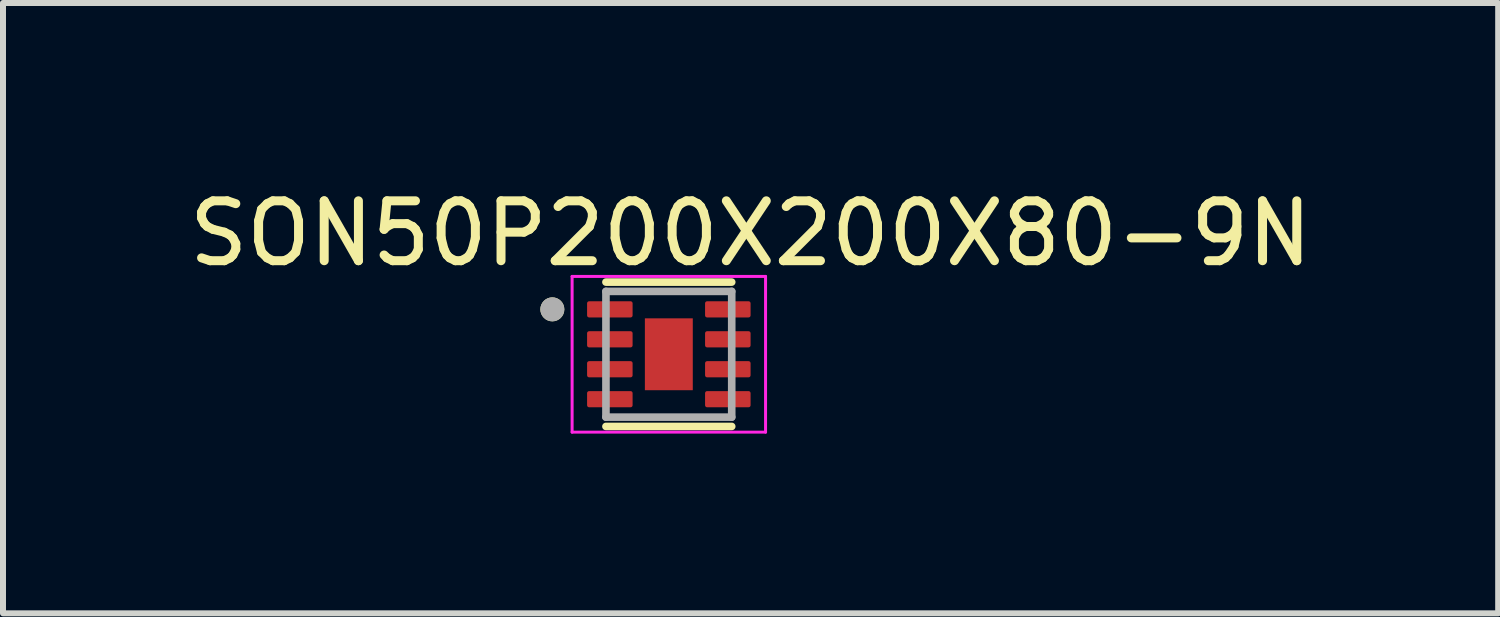
<source format=kicad_pcb>
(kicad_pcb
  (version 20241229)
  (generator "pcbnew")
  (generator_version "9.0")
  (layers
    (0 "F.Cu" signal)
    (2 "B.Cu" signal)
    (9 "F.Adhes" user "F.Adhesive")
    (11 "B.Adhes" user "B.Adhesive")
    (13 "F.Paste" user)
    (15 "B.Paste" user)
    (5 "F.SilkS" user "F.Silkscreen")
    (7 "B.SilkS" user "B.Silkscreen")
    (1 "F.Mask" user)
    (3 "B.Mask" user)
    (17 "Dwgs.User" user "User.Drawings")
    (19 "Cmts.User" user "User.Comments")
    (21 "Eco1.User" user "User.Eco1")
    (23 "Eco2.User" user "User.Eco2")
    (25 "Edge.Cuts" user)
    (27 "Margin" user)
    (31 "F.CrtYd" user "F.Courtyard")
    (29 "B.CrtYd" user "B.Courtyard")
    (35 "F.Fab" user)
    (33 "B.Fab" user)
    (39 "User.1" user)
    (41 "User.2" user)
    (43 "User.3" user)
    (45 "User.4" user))
  (footprint "SON50P200X200X80-9N"
    (layer "F.Cu")
    (at 8.117 2.865)
    (property "Reference" "SON50P200X200X80-9N" (at 1.365 -2.017 0) (layer "F.SilkS") (effects (font (size 1 1) (thickness 0.15))))
    (attr smd)
    (fp_line (start -1.05 -1.205) (end 1.05 -1.205) (stroke (width 0.127) (type solid)) (layer "F.SilkS"))
    (fp_line (start -1.05 1.205) (end 1.05 1.205) (stroke (width 0.127) (type solid)) (layer "F.SilkS"))
    (fp_circle (center -1.945 -0.75) (end -1.845 -0.75) (stroke (width 0.2) (type solid)) (fill no) (layer "F.SilkS"))
    (fp_poly (pts (xy -0.28 -0.41) (xy 0.28 -0.41) (xy 0.28 0.41) (xy -0.28 0.41)) (stroke (width 0.01) (type solid)) (fill yes) (layer "F.Paste"))
    (fp_line (start -1.615 -1.3) (end -1.615 1.3) (stroke (width 0.05) (type solid)) (layer "F.CrtYd"))
    (fp_line (start -1.615 -1.3) (end 1.615 -1.3) (stroke (width 0.05) (type solid)) (layer "F.CrtYd"))
    (fp_line (start -1.615 1.3) (end 1.615 1.3) (stroke (width 0.05) (type solid)) (layer "F.CrtYd"))
    (fp_line (start 1.615 -1.3) (end 1.615 1.3) (stroke (width 0.05) (type solid)) (layer "F.CrtYd"))
    (fp_line (start -1.05 -1.05) (end -1.05 1.05) (stroke (width 0.127) (type solid)) (layer "F.Fab"))
    (fp_line (start -1.05 -1.05) (end 1.05 -1.05) (stroke (width 0.127) (type solid)) (layer "F.Fab"))
    (fp_line (start -1.05 1.05) (end 1.05 1.05) (stroke (width 0.127) (type solid)) (layer "F.Fab"))
    (fp_line (start 1.05 -1.05) (end 1.05 1.05) (stroke (width 0.127) (type solid)) (layer "F.Fab"))
    (fp_circle (center -1.945 -0.75) (end -1.845 -0.75) (stroke (width 0.2) (type solid)) (fill no) (layer "F.Fab"))
    (pad "1" smd roundrect (at -0.985 -0.75) (size 0.76 0.27) (layers "F.Cu" "F.Mask" "F.Paste") (roundrect_rratio 0.125))
    (pad "2" smd roundrect (at -0.985 -0.25) (size 0.76 0.27) (layers "F.Cu" "F.Mask" "F.Paste") (roundrect_rratio 0.125))
    (pad "3" smd roundrect (at -0.985 0.25) (size 0.76 0.27) (layers "F.Cu" "F.Mask" "F.Paste") (roundrect_rratio 0.125))
    (pad "4" smd roundrect (at -0.985 0.75) (size 0.76 0.27) (layers "F.Cu" "F.Mask" "F.Paste") (roundrect_rratio 0.125))
    (pad "5" smd roundrect (at 0.985 0.75) (size 0.76 0.27) (layers "F.Cu" "F.Mask" "F.Paste") (roundrect_rratio 0.125))
    (pad "6" smd roundrect (at 0.985 0.25) (size 0.76 0.27) (layers "F.Cu" "F.Mask" "F.Paste") (roundrect_rratio 0.125))
    (pad "7" smd roundrect (at 0.985 -0.25) (size 0.76 0.27) (layers "F.Cu" "F.Mask" "F.Paste") (roundrect_rratio 0.125))
    (pad "8" smd roundrect (at 0.985 -0.75) (size 0.76 0.27) (layers "F.Cu" "F.Mask" "F.Paste") (roundrect_rratio 0.125))
    (pad "9" smd rect (at 0 0) (size 0.8 1.2) (layers "F.Cu" "F.Mask")))
  (gr_rect
    (start -3 -3)
    (end 21.964 7.19)
    (stroke (width 0.1) (type default))
    (fill no)
    (layer "Edge.Cuts")))
</source>
